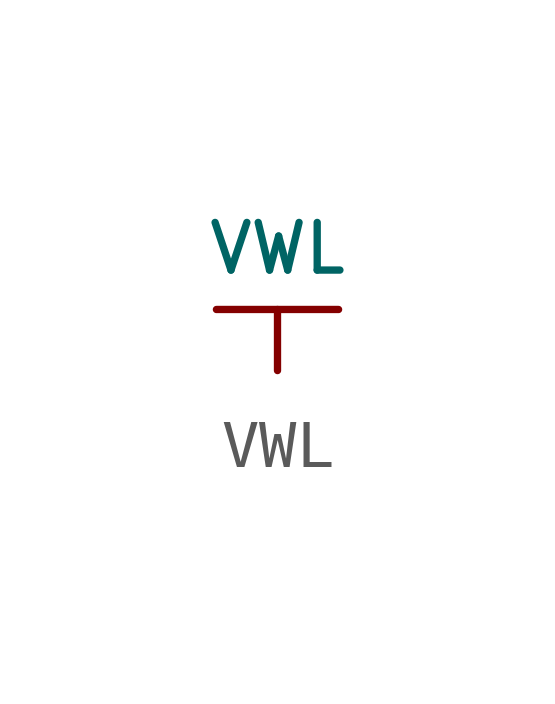
<source format=kicad_sym>
(kicad_symbol_lib
  (version 20220914)
  (generator kicad_symbol_editor)
  (symbol "VWL"
    (power)
    (pin_numbers hide)
    (pin_names
      (offset 0) hide)
    (property "Reference" "#PWR"
      (at 0 -2.54 0)
      (effects (font (size 1.524 1.524)) hide))
    (property "Value" "VWL"
      (at 0 1.27 0)
      (effects (font (size 0.991 0.991))))
    (property "Footprint" ""
      (at 0 0 0)
      (effects (font (size 1.524 1.524))))
    (property "Datasheet" ""
      (at 0 0 0)
      (effects (font (size 1.524 1.524))))
    (symbol "VWL_0_1"
      (polyline (pts (xy -1.27 0) (xy 1.27 0)) (stroke (width 0) (type default)) (fill (type none))))
    (symbol "VWL_1_1"
      (pin power_in line (at 0 -1.27 90) (length 1.27) (name "VWL" (effects (font (size 1.27 1.27)))) (number "1" (effects (font (size 1.27 1.27))))))))
</source>
